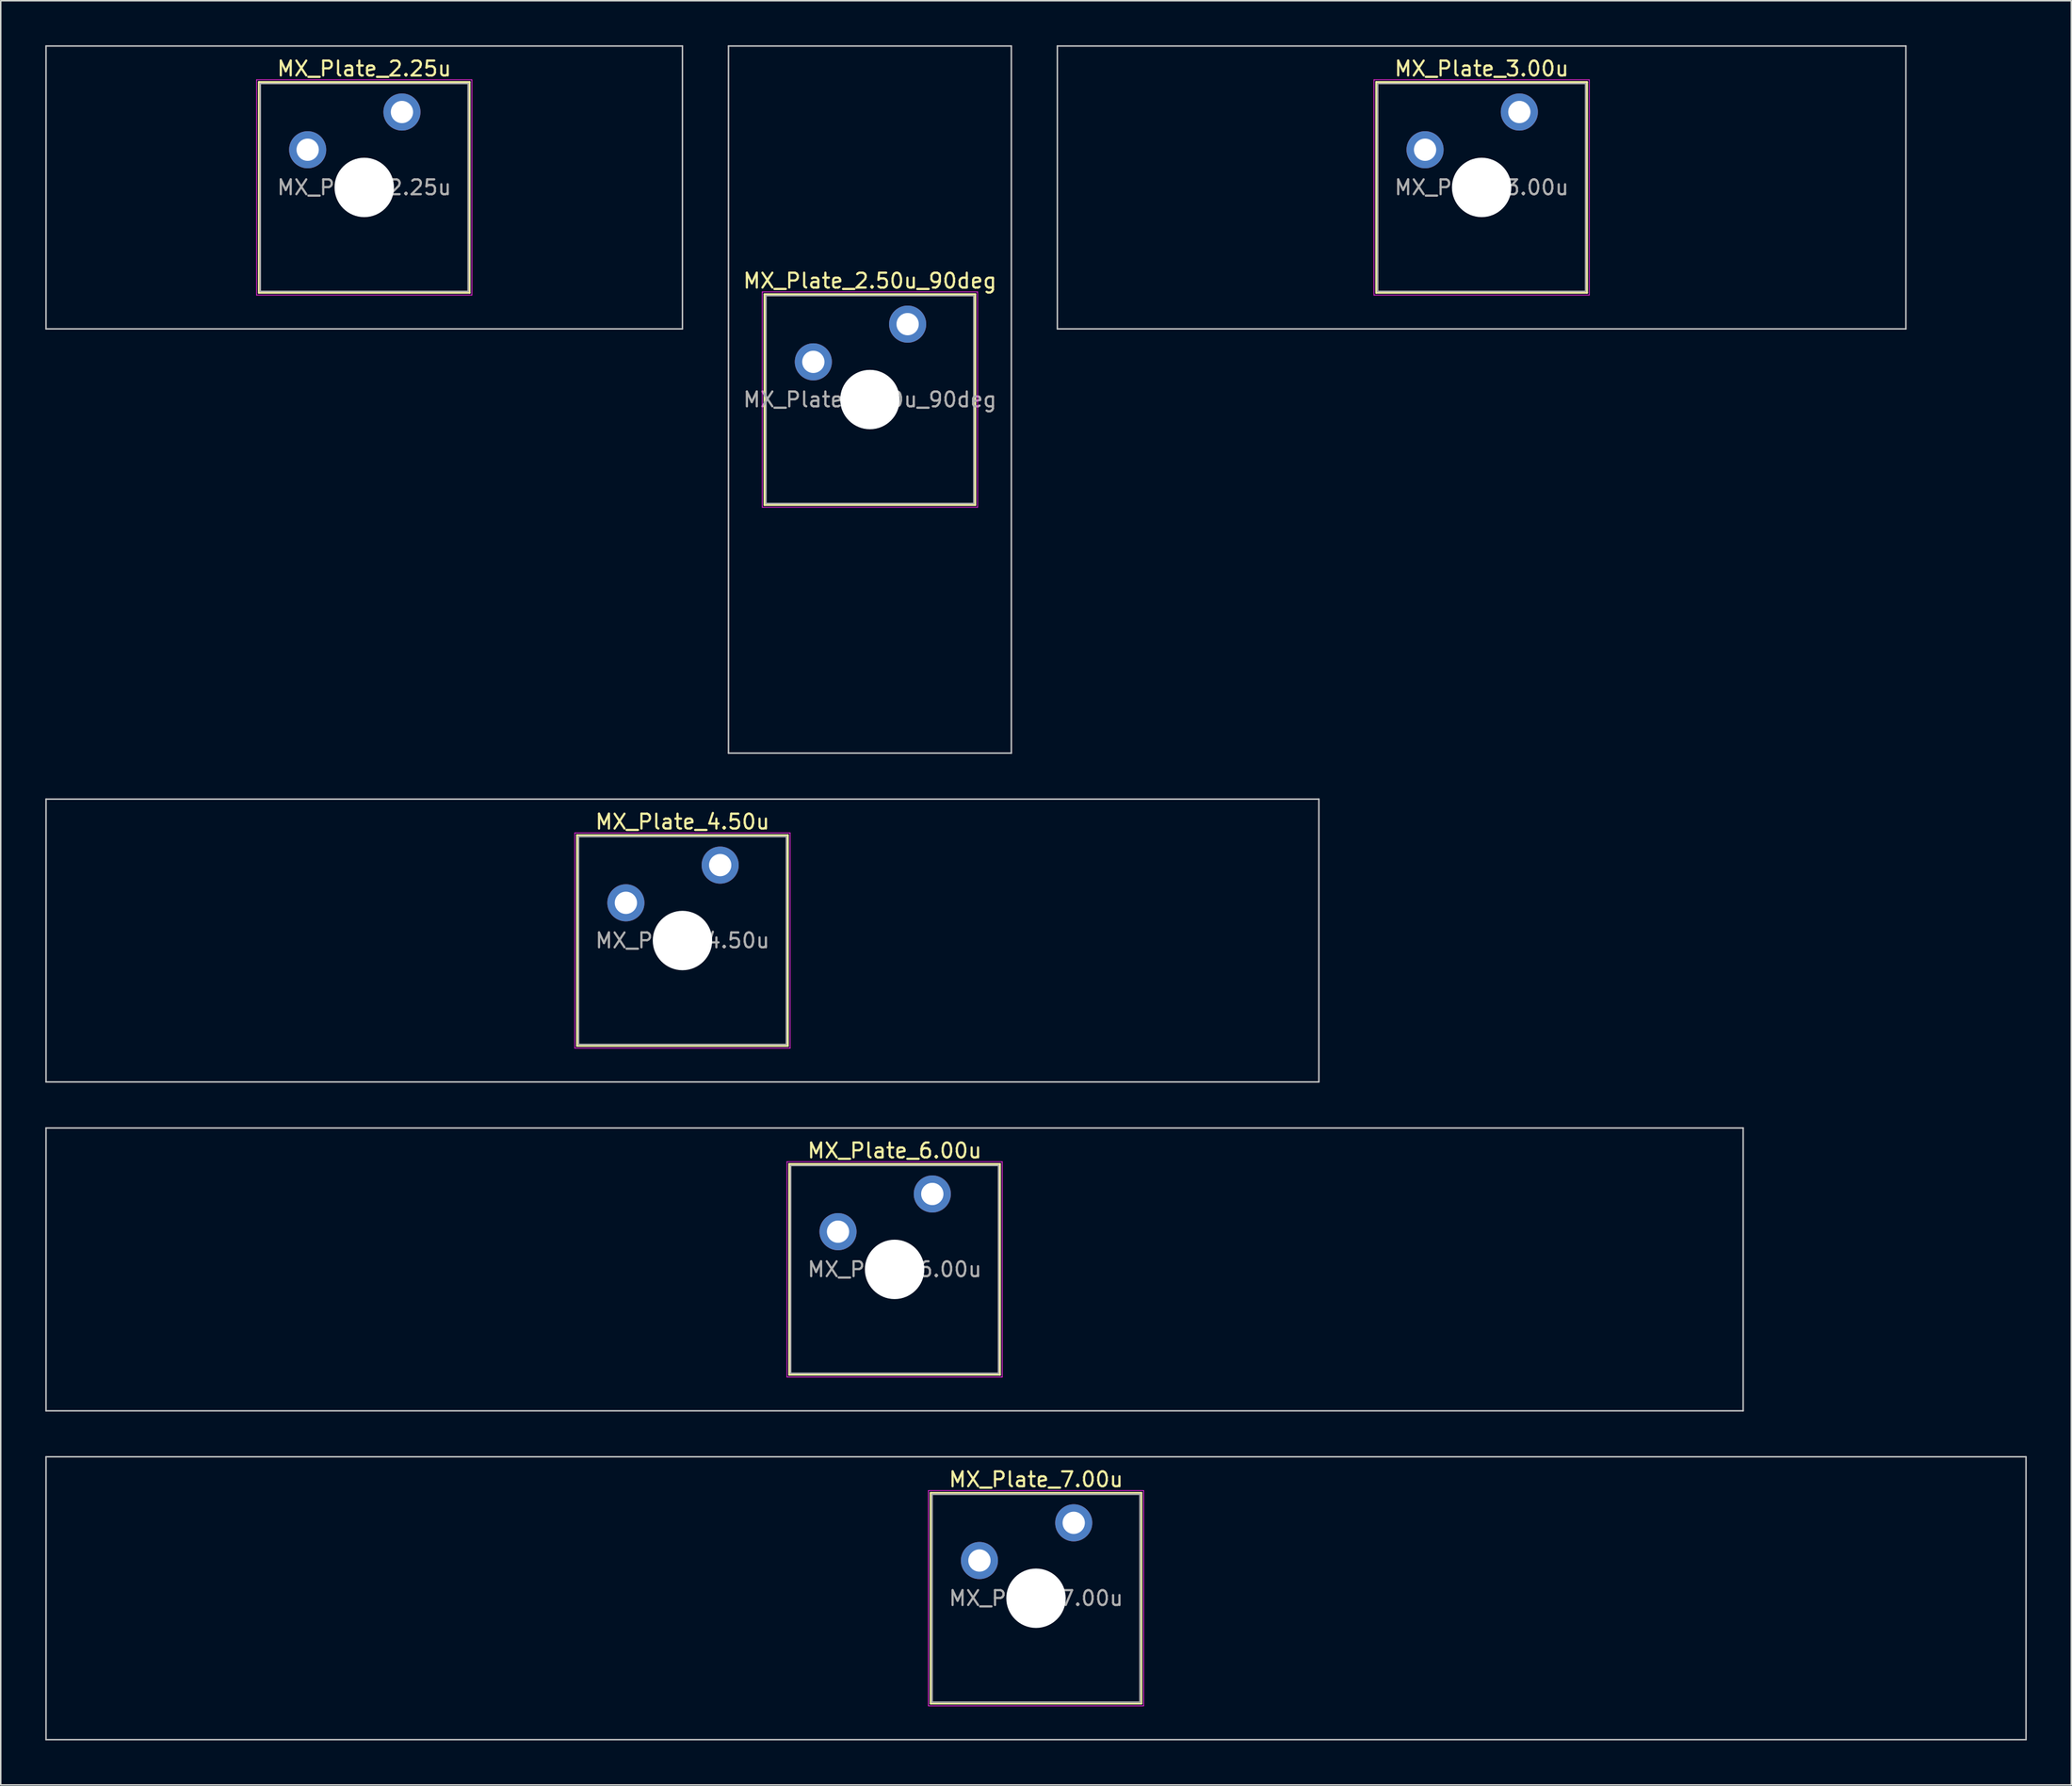
<source format=kicad_pcb>
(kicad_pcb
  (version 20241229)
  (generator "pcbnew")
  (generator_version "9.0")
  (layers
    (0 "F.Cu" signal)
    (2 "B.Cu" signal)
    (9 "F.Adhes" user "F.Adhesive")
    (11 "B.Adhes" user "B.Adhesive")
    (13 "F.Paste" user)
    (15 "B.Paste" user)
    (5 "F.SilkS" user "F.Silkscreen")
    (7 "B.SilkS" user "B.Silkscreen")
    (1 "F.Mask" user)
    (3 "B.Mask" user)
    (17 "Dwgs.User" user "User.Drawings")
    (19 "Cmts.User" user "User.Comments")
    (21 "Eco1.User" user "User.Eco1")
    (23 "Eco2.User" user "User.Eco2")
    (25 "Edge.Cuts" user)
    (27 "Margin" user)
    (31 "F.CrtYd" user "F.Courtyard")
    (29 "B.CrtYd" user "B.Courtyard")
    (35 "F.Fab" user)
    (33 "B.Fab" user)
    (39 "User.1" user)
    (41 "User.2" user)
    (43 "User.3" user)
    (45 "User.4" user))
  (footprint "MX_Plate_2.25u"
    (layer "F.Cu")
    (at 21.481 9.575)
    (property "Reference" "MX_Plate_2.25u" (at 0 -8 0) (layer "F.SilkS") (effects (font (size 1 1) (thickness 0.15))))
    (attr through_hole)
    (fp_line (start -7.1 -7.1) (end -7.1 7.1) (stroke (width 0.12) (type solid)) (layer "F.SilkS"))
    (fp_line (start -7.1 7.1) (end 7.1 7.1) (stroke (width 0.12) (type solid)) (layer "F.SilkS"))
    (fp_line (start 7.1 -7.1) (end -7.1 -7.1) (stroke (width 0.12) (type solid)) (layer "F.SilkS"))
    (fp_line (start 7.1 7.1) (end 7.1 -7.1) (stroke (width 0.12) (type solid)) (layer "F.SilkS"))
    (fp_line (start -21.431 -9.525) (end -21.431 9.525) (stroke (width 0.1) (type solid)) (layer "Dwgs.User"))
    (fp_line (start -21.431 9.525) (end 21.431 9.525) (stroke (width 0.1) (type solid)) (layer "Dwgs.User"))
    (fp_line (start 21.431 -9.525) (end -21.431 -9.525) (stroke (width 0.1) (type solid)) (layer "Dwgs.User"))
    (fp_line (start 21.431 9.525) (end 21.431 -9.525) (stroke (width 0.1) (type solid)) (layer "Dwgs.User"))
    (fp_line (start -7 -7) (end -7 7) (stroke (width 0.1) (type solid)) (layer "Eco1.User"))
    (fp_line (start -7 7) (end 7 7) (stroke (width 0.1) (type solid)) (layer "Eco1.User"))
    (fp_line (start 7 -7) (end -7 -7) (stroke (width 0.1) (type solid)) (layer "Eco1.User"))
    (fp_line (start 7 7) (end 7 -7) (stroke (width 0.1) (type solid)) (layer "Eco1.User"))
    (fp_line (start -7.25 -7.25) (end -7.25 7.25) (stroke (width 0.05) (type solid)) (layer "F.CrtYd"))
    (fp_line (start -7.25 7.25) (end 7.25 7.25) (stroke (width 0.05) (type solid)) (layer "F.CrtYd"))
    (fp_line (start 7.25 -7.25) (end -7.25 -7.25) (stroke (width 0.05) (type solid)) (layer "F.CrtYd"))
    (fp_line (start 7.25 7.25) (end 7.25 -7.25) (stroke (width 0.05) (type solid)) (layer "F.CrtYd"))
    (fp_line (start -7 -7) (end -7 7) (stroke (width 0.1) (type solid)) (layer "F.Fab"))
    (fp_line (start -7 7) (end 7 7) (stroke (width 0.1) (type solid)) (layer "F.Fab"))
    (fp_line (start 7 -7) (end -7 -7) (stroke (width 0.1) (type solid)) (layer "F.Fab"))
    (fp_line (start 7 7) (end 7 -7) (stroke (width 0.1) (type solid)) (layer "F.Fab"))
    (fp_text user "${REFERENCE}" (at 0 0 0) (layer "F.Fab") (effects (font (size 1 1) (thickness 0.15))))
    (pad "" np_thru_hole circle (at 0 0) (size 4 4) (drill 4) (layers "*.Cu" "*.Mask"))
    (pad "1" thru_hole circle (at -3.81 -2.54) (size 2.5 2.5) (drill 1.5) (layers "*.Cu" "*.Mask"))
    (pad "2" thru_hole circle (at 2.54 -5.08) (size 2.5 2.5) (drill 1.5) (layers "*.Cu" "*.Mask")))
  (footprint "MX_Plate_2.50u_90deg"
    (layer "F.Cu")
    (at 55.538 23.863)
    (property "Reference" "MX_Plate_2.50u_90deg" (at 0 -8 0) (layer "F.SilkS") (effects (font (size 1 1) (thickness 0.15))))
    (attr through_hole)
    (fp_line (start -7.1 -7.1) (end -7.1 7.1) (stroke (width 0.12) (type solid)) (layer "F.SilkS"))
    (fp_line (start -7.1 7.1) (end 7.1 7.1) (stroke (width 0.12) (type solid)) (layer "F.SilkS"))
    (fp_line (start 7.1 -7.1) (end -7.1 -7.1) (stroke (width 0.12) (type solid)) (layer "F.SilkS"))
    (fp_line (start 7.1 7.1) (end 7.1 -7.1) (stroke (width 0.12) (type solid)) (layer "F.SilkS"))
    (fp_line (start -9.525 -23.812) (end 9.525 -23.812) (stroke (width 0.1) (type solid)) (layer "Dwgs.User"))
    (fp_line (start -9.525 23.812) (end -9.525 -23.812) (stroke (width 0.1) (type solid)) (layer "Dwgs.User"))
    (fp_line (start 9.525 -23.812) (end 9.525 23.812) (stroke (width 0.1) (type solid)) (layer "Dwgs.User"))
    (fp_line (start 9.525 23.812) (end -9.525 23.812) (stroke (width 0.1) (type solid)) (layer "Dwgs.User"))
    (fp_line (start -7 -7) (end -7 7) (stroke (width 0.1) (type solid)) (layer "Eco1.User"))
    (fp_line (start -7 7) (end 7 7) (stroke (width 0.1) (type solid)) (layer "Eco1.User"))
    (fp_line (start 7 -7) (end -7 -7) (stroke (width 0.1) (type solid)) (layer "Eco1.User"))
    (fp_line (start 7 7) (end 7 -7) (stroke (width 0.1) (type solid)) (layer "Eco1.User"))
    (fp_line (start -7.25 -7.25) (end -7.25 7.25) (stroke (width 0.05) (type solid)) (layer "F.CrtYd"))
    (fp_line (start -7.25 7.25) (end 7.25 7.25) (stroke (width 0.05) (type solid)) (layer "F.CrtYd"))
    (fp_line (start 7.25 -7.25) (end -7.25 -7.25) (stroke (width 0.05) (type solid)) (layer "F.CrtYd"))
    (fp_line (start 7.25 7.25) (end 7.25 -7.25) (stroke (width 0.05) (type solid)) (layer "F.CrtYd"))
    (fp_line (start -7 -7) (end -7 7) (stroke (width 0.1) (type solid)) (layer "F.Fab"))
    (fp_line (start -7 7) (end 7 7) (stroke (width 0.1) (type solid)) (layer "F.Fab"))
    (fp_line (start 7 -7) (end -7 -7) (stroke (width 0.1) (type solid)) (layer "F.Fab"))
    (fp_line (start 7 7) (end 7 -7) (stroke (width 0.1) (type solid)) (layer "F.Fab"))
    (fp_text user "${REFERENCE}" (at 0 0 0) (layer "F.Fab") (effects (font (size 1 1) (thickness 0.15))))
    (pad "" np_thru_hole circle (at 0 0) (size 4 4) (drill 4) (layers "*.Cu" "*.Mask"))
    (pad "1" thru_hole circle (at -3.81 -2.54) (size 2.5 2.5) (drill 1.5) (layers "*.Cu" "*.Mask"))
    (pad "2" thru_hole circle (at 2.54 -5.08) (size 2.5 2.5) (drill 1.5) (layers "*.Cu" "*.Mask")))
  (footprint "MX_Plate_7.00u"
    (layer "F.Cu")
    (at 66.725 104.6)
    (property "Reference" "MX_Plate_7.00u" (at 0 -8 0) (layer "F.SilkS") (effects (font (size 1 1) (thickness 0.15))))
    (attr through_hole)
    (fp_line (start -7.1 -7.1) (end -7.1 7.1) (stroke (width 0.12) (type solid)) (layer "F.SilkS"))
    (fp_line (start -7.1 7.1) (end 7.1 7.1) (stroke (width 0.12) (type solid)) (layer "F.SilkS"))
    (fp_line (start 7.1 -7.1) (end -7.1 -7.1) (stroke (width 0.12) (type solid)) (layer "F.SilkS"))
    (fp_line (start 7.1 7.1) (end 7.1 -7.1) (stroke (width 0.12) (type solid)) (layer "F.SilkS"))
    (fp_line (start -66.675 -9.525) (end -66.675 9.525) (stroke (width 0.1) (type solid)) (layer "Dwgs.User"))
    (fp_line (start -66.675 9.525) (end 66.675 9.525) (stroke (width 0.1) (type solid)) (layer "Dwgs.User"))
    (fp_line (start 66.675 -9.525) (end -66.675 -9.525) (stroke (width 0.1) (type solid)) (layer "Dwgs.User"))
    (fp_line (start 66.675 9.525) (end 66.675 -9.525) (stroke (width 0.1) (type solid)) (layer "Dwgs.User"))
    (fp_line (start -7 -7) (end -7 7) (stroke (width 0.1) (type solid)) (layer "Eco1.User"))
    (fp_line (start -7 7) (end 7 7) (stroke (width 0.1) (type solid)) (layer "Eco1.User"))
    (fp_line (start 7 -7) (end -7 -7) (stroke (width 0.1) (type solid)) (layer "Eco1.User"))
    (fp_line (start 7 7) (end 7 -7) (stroke (width 0.1) (type solid)) (layer "Eco1.User"))
    (fp_line (start -7.25 -7.25) (end -7.25 7.25) (stroke (width 0.05) (type solid)) (layer "F.CrtYd"))
    (fp_line (start -7.25 7.25) (end 7.25 7.25) (stroke (width 0.05) (type solid)) (layer "F.CrtYd"))
    (fp_line (start 7.25 -7.25) (end -7.25 -7.25) (stroke (width 0.05) (type solid)) (layer "F.CrtYd"))
    (fp_line (start 7.25 7.25) (end 7.25 -7.25) (stroke (width 0.05) (type solid)) (layer "F.CrtYd"))
    (fp_line (start -7 -7) (end -7 7) (stroke (width 0.1) (type solid)) (layer "F.Fab"))
    (fp_line (start -7 7) (end 7 7) (stroke (width 0.1) (type solid)) (layer "F.Fab"))
    (fp_line (start 7 -7) (end -7 -7) (stroke (width 0.1) (type solid)) (layer "F.Fab"))
    (fp_line (start 7 7) (end 7 -7) (stroke (width 0.1) (type solid)) (layer "F.Fab"))
    (fp_text user "${REFERENCE}" (at 0 0 0) (layer "F.Fab") (effects (font (size 1 1) (thickness 0.15))))
    (pad "" np_thru_hole circle (at 0 0) (size 4 4) (drill 4) (layers "*.Cu" "*.Mask"))
    (pad "1" thru_hole circle (at -3.81 -2.54) (size 2.5 2.5) (drill 1.5) (layers "*.Cu" "*.Mask"))
    (pad "2" thru_hole circle (at 2.54 -5.08) (size 2.5 2.5) (drill 1.5) (layers "*.Cu" "*.Mask")))
  (footprint "MX_Plate_6.00u"
    (layer "F.Cu")
    (at 57.2 82.45)
    (property "Reference" "MX_Plate_6.00u" (at 0 -8 0) (layer "F.SilkS") (effects (font (size 1 1) (thickness 0.15))))
    (attr through_hole)
    (fp_line (start -7.1 -7.1) (end -7.1 7.1) (stroke (width 0.12) (type solid)) (layer "F.SilkS"))
    (fp_line (start -7.1 7.1) (end 7.1 7.1) (stroke (width 0.12) (type solid)) (layer "F.SilkS"))
    (fp_line (start 7.1 -7.1) (end -7.1 -7.1) (stroke (width 0.12) (type solid)) (layer "F.SilkS"))
    (fp_line (start 7.1 7.1) (end 7.1 -7.1) (stroke (width 0.12) (type solid)) (layer "F.SilkS"))
    (fp_line (start -57.15 -9.525) (end -57.15 9.525) (stroke (width 0.1) (type solid)) (layer "Dwgs.User"))
    (fp_line (start -57.15 9.525) (end 57.15 9.525) (stroke (width 0.1) (type solid)) (layer "Dwgs.User"))
    (fp_line (start 57.15 -9.525) (end -57.15 -9.525) (stroke (width 0.1) (type solid)) (layer "Dwgs.User"))
    (fp_line (start 57.15 9.525) (end 57.15 -9.525) (stroke (width 0.1) (type solid)) (layer "Dwgs.User"))
    (fp_line (start -7 -7) (end -7 7) (stroke (width 0.1) (type solid)) (layer "Eco1.User"))
    (fp_line (start -7 7) (end 7 7) (stroke (width 0.1) (type solid)) (layer "Eco1.User"))
    (fp_line (start 7 -7) (end -7 -7) (stroke (width 0.1) (type solid)) (layer "Eco1.User"))
    (fp_line (start 7 7) (end 7 -7) (stroke (width 0.1) (type solid)) (layer "Eco1.User"))
    (fp_line (start -7.25 -7.25) (end -7.25 7.25) (stroke (width 0.05) (type solid)) (layer "F.CrtYd"))
    (fp_line (start -7.25 7.25) (end 7.25 7.25) (stroke (width 0.05) (type solid)) (layer "F.CrtYd"))
    (fp_line (start 7.25 -7.25) (end -7.25 -7.25) (stroke (width 0.05) (type solid)) (layer "F.CrtYd"))
    (fp_line (start 7.25 7.25) (end 7.25 -7.25) (stroke (width 0.05) (type solid)) (layer "F.CrtYd"))
    (fp_line (start -7 -7) (end -7 7) (stroke (width 0.1) (type solid)) (layer "F.Fab"))
    (fp_line (start -7 7) (end 7 7) (stroke (width 0.1) (type solid)) (layer "F.Fab"))
    (fp_line (start 7 -7) (end -7 -7) (stroke (width 0.1) (type solid)) (layer "F.Fab"))
    (fp_line (start 7 7) (end 7 -7) (stroke (width 0.1) (type solid)) (layer "F.Fab"))
    (fp_text user "${REFERENCE}" (at 0 0 0) (layer "F.Fab") (effects (font (size 1 1) (thickness 0.15))))
    (pad "" np_thru_hole circle (at 0 0) (size 4 4) (drill 4) (layers "*.Cu" "*.Mask"))
    (pad "1" thru_hole circle (at -3.81 -2.54) (size 2.5 2.5) (drill 1.5) (layers "*.Cu" "*.Mask"))
    (pad "2" thru_hole circle (at 2.54 -5.08) (size 2.5 2.5) (drill 1.5) (layers "*.Cu" "*.Mask")))
  (footprint "MX_Plate_4.50u"
    (layer "F.Cu")
    (at 42.913 60.3)
    (property "Reference" "MX_Plate_4.50u" (at 0 -8 0) (layer "F.SilkS") (effects (font (size 1 1) (thickness 0.15))))
    (attr through_hole)
    (fp_line (start -7.1 -7.1) (end -7.1 7.1) (stroke (width 0.12) (type solid)) (layer "F.SilkS"))
    (fp_line (start -7.1 7.1) (end 7.1 7.1) (stroke (width 0.12) (type solid)) (layer "F.SilkS"))
    (fp_line (start 7.1 -7.1) (end -7.1 -7.1) (stroke (width 0.12) (type solid)) (layer "F.SilkS"))
    (fp_line (start 7.1 7.1) (end 7.1 -7.1) (stroke (width 0.12) (type solid)) (layer "F.SilkS"))
    (fp_line (start -42.862 -9.525) (end -42.862 9.525) (stroke (width 0.1) (type solid)) (layer "Dwgs.User"))
    (fp_line (start -42.862 9.525) (end 42.862 9.525) (stroke (width 0.1) (type solid)) (layer "Dwgs.User"))
    (fp_line (start 42.862 -9.525) (end -42.862 -9.525) (stroke (width 0.1) (type solid)) (layer "Dwgs.User"))
    (fp_line (start 42.862 9.525) (end 42.862 -9.525) (stroke (width 0.1) (type solid)) (layer "Dwgs.User"))
    (fp_line (start -7 -7) (end -7 7) (stroke (width 0.1) (type solid)) (layer "Eco1.User"))
    (fp_line (start -7 7) (end 7 7) (stroke (width 0.1) (type solid)) (layer "Eco1.User"))
    (fp_line (start 7 -7) (end -7 -7) (stroke (width 0.1) (type solid)) (layer "Eco1.User"))
    (fp_line (start 7 7) (end 7 -7) (stroke (width 0.1) (type solid)) (layer "Eco1.User"))
    (fp_line (start -7.25 -7.25) (end -7.25 7.25) (stroke (width 0.05) (type solid)) (layer "F.CrtYd"))
    (fp_line (start -7.25 7.25) (end 7.25 7.25) (stroke (width 0.05) (type solid)) (layer "F.CrtYd"))
    (fp_line (start 7.25 -7.25) (end -7.25 -7.25) (stroke (width 0.05) (type solid)) (layer "F.CrtYd"))
    (fp_line (start 7.25 7.25) (end 7.25 -7.25) (stroke (width 0.05) (type solid)) (layer "F.CrtYd"))
    (fp_line (start -7 -7) (end -7 7) (stroke (width 0.1) (type solid)) (layer "F.Fab"))
    (fp_line (start -7 7) (end 7 7) (stroke (width 0.1) (type solid)) (layer "F.Fab"))
    (fp_line (start 7 -7) (end -7 -7) (stroke (width 0.1) (type solid)) (layer "F.Fab"))
    (fp_line (start 7 7) (end 7 -7) (stroke (width 0.1) (type solid)) (layer "F.Fab"))
    (fp_text user "${REFERENCE}" (at 0 0 0) (layer "F.Fab") (effects (font (size 1 1) (thickness 0.15))))
    (pad "" np_thru_hole circle (at 0 0) (size 4 4) (drill 4) (layers "*.Cu" "*.Mask"))
    (pad "1" thru_hole circle (at -3.81 -2.54) (size 2.5 2.5) (drill 1.5) (layers "*.Cu" "*.Mask"))
    (pad "2" thru_hole circle (at 2.54 -5.08) (size 2.5 2.5) (drill 1.5) (layers "*.Cu" "*.Mask")))
  (footprint "MX_Plate_3.00u"
    (layer "F.Cu")
    (at 96.737 9.575)
    (property "Reference" "MX_Plate_3.00u" (at 0 -8 0) (layer "F.SilkS") (effects (font (size 1 1) (thickness 0.15))))
    (attr through_hole)
    (fp_line (start -7.1 -7.1) (end -7.1 7.1) (stroke (width 0.12) (type solid)) (layer "F.SilkS"))
    (fp_line (start -7.1 7.1) (end 7.1 7.1) (stroke (width 0.12) (type solid)) (layer "F.SilkS"))
    (fp_line (start 7.1 -7.1) (end -7.1 -7.1) (stroke (width 0.12) (type solid)) (layer "F.SilkS"))
    (fp_line (start 7.1 7.1) (end 7.1 -7.1) (stroke (width 0.12) (type solid)) (layer "F.SilkS"))
    (fp_line (start -28.575 -9.525) (end -28.575 9.525) (stroke (width 0.1) (type solid)) (layer "Dwgs.User"))
    (fp_line (start -28.575 9.525) (end 28.575 9.525) (stroke (width 0.1) (type solid)) (layer "Dwgs.User"))
    (fp_line (start 28.575 -9.525) (end -28.575 -9.525) (stroke (width 0.1) (type solid)) (layer "Dwgs.User"))
    (fp_line (start 28.575 9.525) (end 28.575 -9.525) (stroke (width 0.1) (type solid)) (layer "Dwgs.User"))
    (fp_line (start -7 -7) (end -7 7) (stroke (width 0.1) (type solid)) (layer "Eco1.User"))
    (fp_line (start -7 7) (end 7 7) (stroke (width 0.1) (type solid)) (layer "Eco1.User"))
    (fp_line (start 7 -7) (end -7 -7) (stroke (width 0.1) (type solid)) (layer "Eco1.User"))
    (fp_line (start 7 7) (end 7 -7) (stroke (width 0.1) (type solid)) (layer "Eco1.User"))
    (fp_line (start -7.25 -7.25) (end -7.25 7.25) (stroke (width 0.05) (type solid)) (layer "F.CrtYd"))
    (fp_line (start -7.25 7.25) (end 7.25 7.25) (stroke (width 0.05) (type solid)) (layer "F.CrtYd"))
    (fp_line (start 7.25 -7.25) (end -7.25 -7.25) (stroke (width 0.05) (type solid)) (layer "F.CrtYd"))
    (fp_line (start 7.25 7.25) (end 7.25 -7.25) (stroke (width 0.05) (type solid)) (layer "F.CrtYd"))
    (fp_line (start -7 -7) (end -7 7) (stroke (width 0.1) (type solid)) (layer "F.Fab"))
    (fp_line (start -7 7) (end 7 7) (stroke (width 0.1) (type solid)) (layer "F.Fab"))
    (fp_line (start 7 -7) (end -7 -7) (stroke (width 0.1) (type solid)) (layer "F.Fab"))
    (fp_line (start 7 7) (end 7 -7) (stroke (width 0.1) (type solid)) (layer "F.Fab"))
    (fp_text user "${REFERENCE}" (at 0 0 0) (layer "F.Fab") (effects (font (size 1 1) (thickness 0.15))))
    (pad "" np_thru_hole circle (at 0 0) (size 4 4) (drill 4) (layers "*.Cu" "*.Mask"))
    (pad "1" thru_hole circle (at -3.81 -2.54) (size 2.5 2.5) (drill 1.5) (layers "*.Cu" "*.Mask"))
    (pad "2" thru_hole circle (at 2.54 -5.08) (size 2.5 2.5) (drill 1.5) (layers "*.Cu" "*.Mask")))
  (gr_rect
    (start -3 -3)
    (end 136.45 117.175)
    (stroke (width 0.1) (type default))
    (fill no)
    (layer "Edge.Cuts")))
</source>
